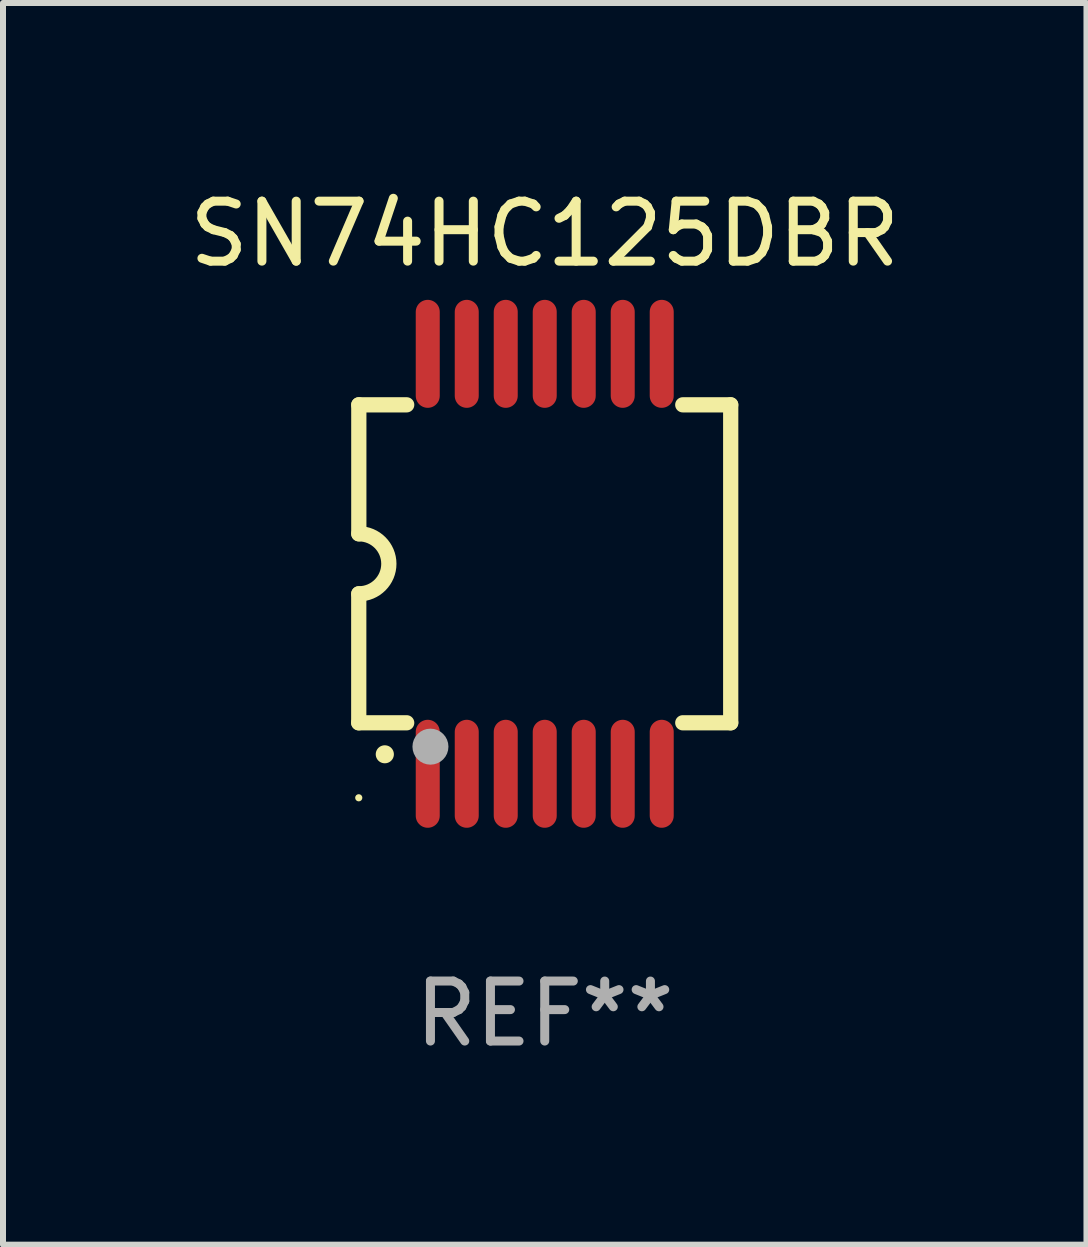
<source format=kicad_pcb>
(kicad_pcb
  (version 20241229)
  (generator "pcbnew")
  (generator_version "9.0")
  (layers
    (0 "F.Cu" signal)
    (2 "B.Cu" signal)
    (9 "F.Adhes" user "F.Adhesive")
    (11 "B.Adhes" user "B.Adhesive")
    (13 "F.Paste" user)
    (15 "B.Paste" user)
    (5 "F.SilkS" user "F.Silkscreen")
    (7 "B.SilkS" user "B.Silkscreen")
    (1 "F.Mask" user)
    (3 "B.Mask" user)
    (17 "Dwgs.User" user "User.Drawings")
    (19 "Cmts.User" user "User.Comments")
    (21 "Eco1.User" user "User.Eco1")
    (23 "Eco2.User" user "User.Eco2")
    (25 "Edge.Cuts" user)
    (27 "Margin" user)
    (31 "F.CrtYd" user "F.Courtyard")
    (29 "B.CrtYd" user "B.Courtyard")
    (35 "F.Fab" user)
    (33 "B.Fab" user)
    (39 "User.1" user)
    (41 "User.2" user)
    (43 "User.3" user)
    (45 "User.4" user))
  (footprint "SN74HC125DBR"
    (layer "F.Cu")
    (at 6.03 6.348)
    (property "Reference" "SN74HC125DBR" (at 0 -5.5 0) (layer "F.SilkS") (effects (font (size 1 1) (thickness 0.15))))
    (attr through_hole)
    (fp_line (start -3.1 2.65) (end -3.1 0.5) (stroke (width 0.254) (type solid)) (layer "F.SilkS"))
    (fp_line (start -3.099 -2.65) (end -2.301 -2.65) (stroke (width 0.254) (type solid)) (layer "F.SilkS"))
    (fp_line (start -3.099 -0.5) (end -3.099 -2.65) (stroke (width 0.254) (type solid)) (layer "F.SilkS"))
    (fp_line (start -2.301 2.65) (end -3.1 2.65) (stroke (width 0.254) (type solid)) (layer "F.SilkS"))
    (fp_line (start 2.301 -2.65) (end 3.1 -2.65) (stroke (width 0.254) (type solid)) (layer "F.SilkS"))
    (fp_line (start 3.1 -2.65) (end 3.1 2.65) (stroke (width 0.254) (type solid)) (layer "F.SilkS"))
    (fp_line (start 3.1 2.65) (end 2.301 2.65) (stroke (width 0.254) (type solid)) (layer "F.SilkS"))
    (fp_arc (start -3.098806 -0.500381) (mid -2.598806 0) (end -3.098806 0.500381) (stroke (width 0.254001) (type solid)) (layer "F.SilkS"))
    (fp_arc (start -2.667005 3.175006) (mid -2.665735 3.175001) (end -2.664465 3.175006) (stroke (width 0.3) (type solid)) (layer "F.SilkS"))
    (fp_circle (center -3.1 3.9) (end -3.07 3.9) (stroke (width 0.06) (type solid)) (fill no) (layer "F.SilkS"))
    (fp_circle (center -1.905 3.048) (end -1.755 3.048) (stroke (width 0.3) (type solid)) (fill no) (layer "F.Fab"))
    (fp_text user "REF**" (at 0 7.5 0) (layer "F.Fab") (effects (font (size 1 1) (thickness 0.15))))
    (pad "1" smd oval (at -1.95 3.5 270) (size 1.8 0.4) (layers "F.Cu" "F.Mask" "F.Paste"))
    (pad "2" smd oval (at -1.3 3.5 270) (size 1.8 0.4) (layers "F.Cu" "F.Mask" "F.Paste"))
    (pad "3" smd oval (at -0.65 3.5 270) (size 1.8 0.4) (layers "F.Cu" "F.Mask" "F.Paste"))
    (pad "4" smd oval (at 0 3.5 270) (size 1.8 0.4) (layers "F.Cu" "F.Mask" "F.Paste"))
    (pad "5" smd oval (at 0.65 3.5 270) (size 1.8 0.4) (layers "F.Cu" "F.Mask" "F.Paste"))
    (pad "6" smd oval (at 1.3 3.5 270) (size 1.8 0.4) (layers "F.Cu" "F.Mask" "F.Paste"))
    (pad "7" smd oval (at 1.95 3.5 270) (size 1.8 0.4) (layers "F.Cu" "F.Mask" "F.Paste"))
    (pad "8" smd oval (at 1.95 -3.5 90) (size 1.8 0.4) (layers "F.Cu" "F.Mask" "F.Paste"))
    (pad "9" smd oval (at 1.3 -3.5 90) (size 1.8 0.4) (layers "F.Cu" "F.Mask" "F.Paste"))
    (pad "10" smd oval (at 0.65 -3.5 90) (size 1.8 0.4) (layers "F.Cu" "F.Mask" "F.Paste"))
    (pad "11" smd oval (at 0 -3.5 90) (size 1.8 0.4) (layers "F.Cu" "F.Mask" "F.Paste"))
    (pad "12" smd oval (at -0.65 -3.5 90) (size 1.8 0.4) (layers "F.Cu" "F.Mask" "F.Paste"))
    (pad "13" smd oval (at -1.3 -3.5 90) (size 1.8 0.4) (layers "F.Cu" "F.Mask" "F.Paste"))
    (pad "14" smd oval (at -1.95 -3.5 90) (size 1.8 0.4) (layers "F.Cu" "F.Mask" "F.Paste")))
  (gr_rect
    (start -3 -3)
    (end 15.06 17.697)
    (stroke (width 0.1) (type default))
    (fill no)
    (layer "Edge.Cuts")))
</source>
